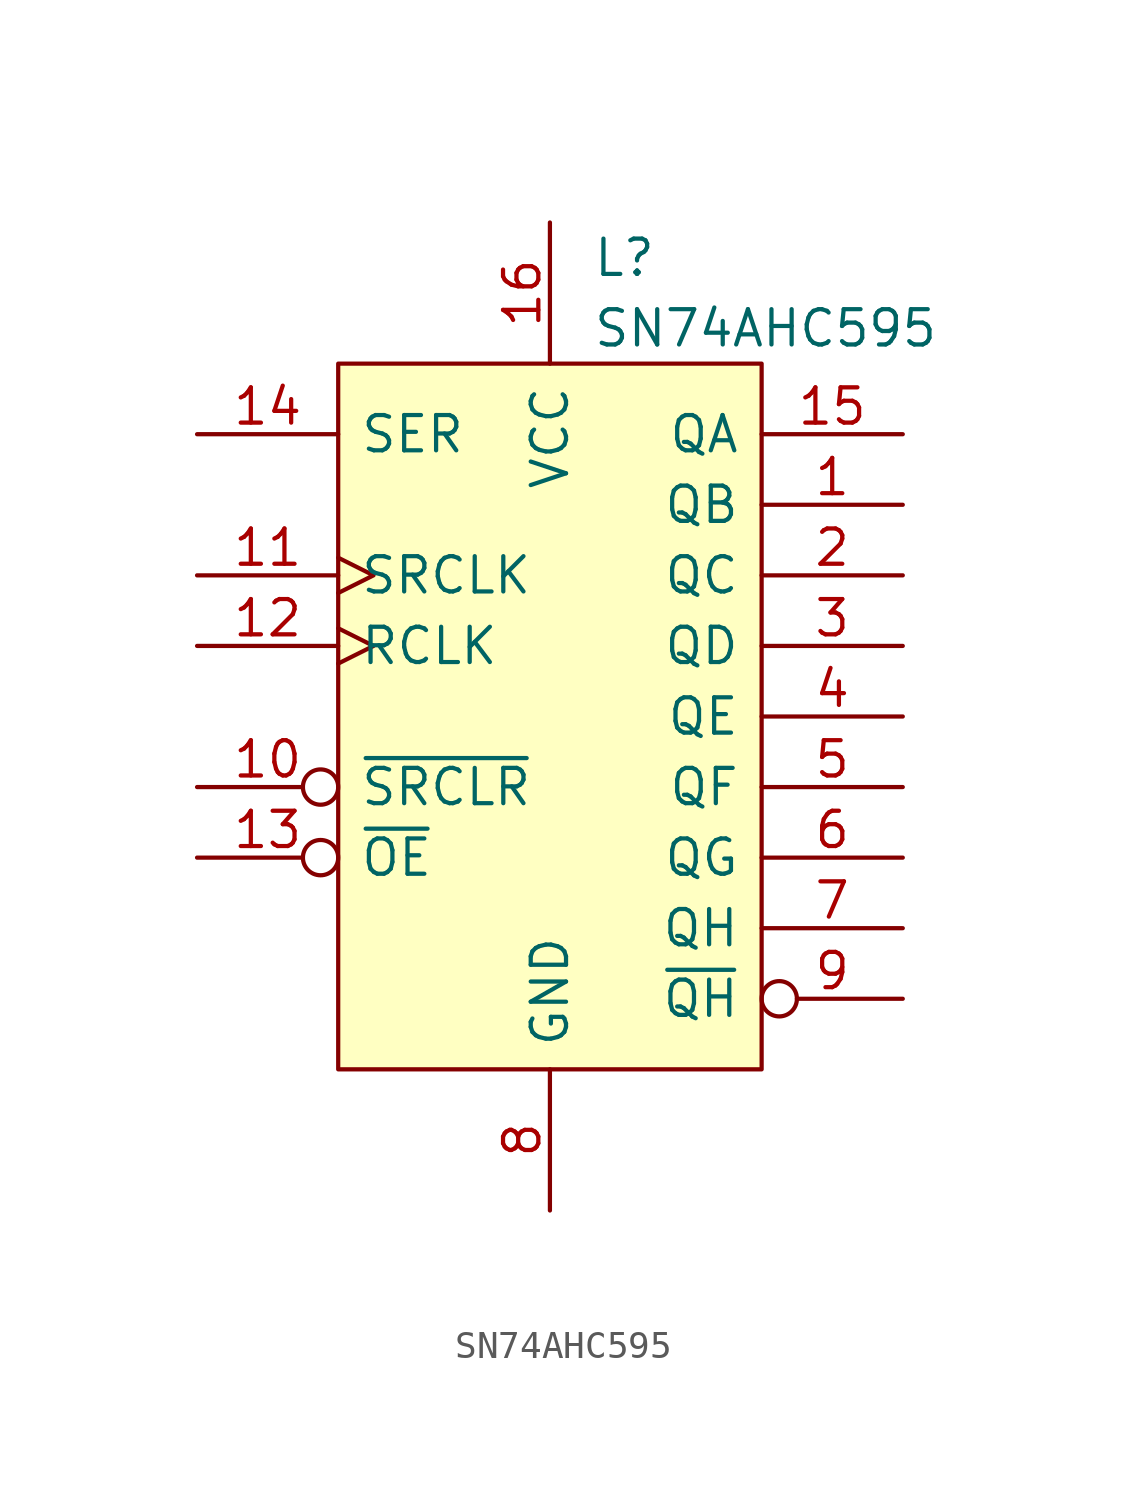
<source format=kicad_sym>
(kicad_symbol_lib
  (version 20241209)
  (generator "kicad_symbol_editor")
  (generator_version "9.0")
  (symbol "SN74AHC595"
    (pin_names
      (offset 0.762))
    (property "Reference" "L"
      (at 1.524 16.51 0)
      (effects (font (size 1.27 1.27)) (justify left)))
    (property "Value" "SN74AHC595"
      (at 1.524 13.97 0)
      (effects (font (size 1.27 1.27)) (justify left)))
    (symbol "SN74AHC595_0_0"
      (pin input line (at -12.7 10.16 0) (length 5.08) (name "SER" (effects (font (size 1.27 1.27)))) (number "14" (effects (font (size 1.27 1.27)))))
      (pin input clock (at -12.7 5.08 0) (length 5.08) (name "SRCLK" (effects (font (size 1.27 1.27)))) (number "11" (effects (font (size 1.27 1.27)))))
      (pin input clock (at -12.7 2.54 0) (length 5.08) (name "RCLK" (effects (font (size 1.27 1.27)))) (number "12" (effects (font (size 1.27 1.27)))))
      (pin input inverted (at -12.7 -2.54 0) (length 5.08) (name "~{SRCLR}" (effects (font (size 1.27 1.27)))) (number "10" (effects (font (size 1.27 1.27)))))
      (pin input inverted (at -12.7 -5.08 0) (length 5.08) (name "~{OE}" (effects (font (size 1.27 1.27)))) (number "13" (effects (font (size 1.27 1.27)))))
      (pin power_in line (at 0 17.78 270) (length 5.08) (name "VCC" (effects (font (size 1.27 1.27)))) (number "16" (effects (font (size 1.27 1.27)))))
      (pin power_in line (at 0 -17.78 90) (length 5.08) (name "GND" (effects (font (size 1.27 1.27)))) (number "8" (effects (font (size 1.27 1.27)))))
      (pin output line (at 12.7 10.16 180) (length 5.08) (name "QA" (effects (font (size 1.27 1.27)))) (number "15" (effects (font (size 1.27 1.27)))))
      (pin output line (at 12.7 7.62 180) (length 5.08) (name "QB" (effects (font (size 1.27 1.27)))) (number "1" (effects (font (size 1.27 1.27)))))
      (pin output line (at 12.7 5.08 180) (length 5.08) (name "QC" (effects (font (size 1.27 1.27)))) (number "2" (effects (font (size 1.27 1.27)))))
      (pin output line (at 12.7 2.54 180) (length 5.08) (name "QD" (effects (font (size 1.27 1.27)))) (number "3" (effects (font (size 1.27 1.27)))))
      (pin output line (at 12.7 0 180) (length 5.08) (name "QE" (effects (font (size 1.27 1.27)))) (number "4" (effects (font (size 1.27 1.27)))))
      (pin output line (at 12.7 -2.54 180) (length 5.08) (name "QF" (effects (font (size 1.27 1.27)))) (number "5" (effects (font (size 1.27 1.27)))))
      (pin output line (at 12.7 -5.08 180) (length 5.08) (name "QG" (effects (font (size 1.27 1.27)))) (number "6" (effects (font (size 1.27 1.27)))))
      (pin output line (at 12.7 -7.62 180) (length 5.08) (name "QH" (effects (font (size 1.27 1.27)))) (number "7" (effects (font (size 1.27 1.27)))))
      (pin output inverted (at 12.7 -10.16 180) (length 5.08) (name "~{QH}" (effects (font (size 1.27 1.27)))) (number "9" (effects (font (size 1.27 1.27))))))
    (symbol "SN74AHC595_0_1"
      (polyline (pts (xy -7.62 12.7) (xy 7.62 12.7) (xy 7.62 -12.7) (xy -7.62 -12.7) (xy -7.62 12.7)) (stroke (width 0.152) (type default)) (fill (type background))))))
</source>
